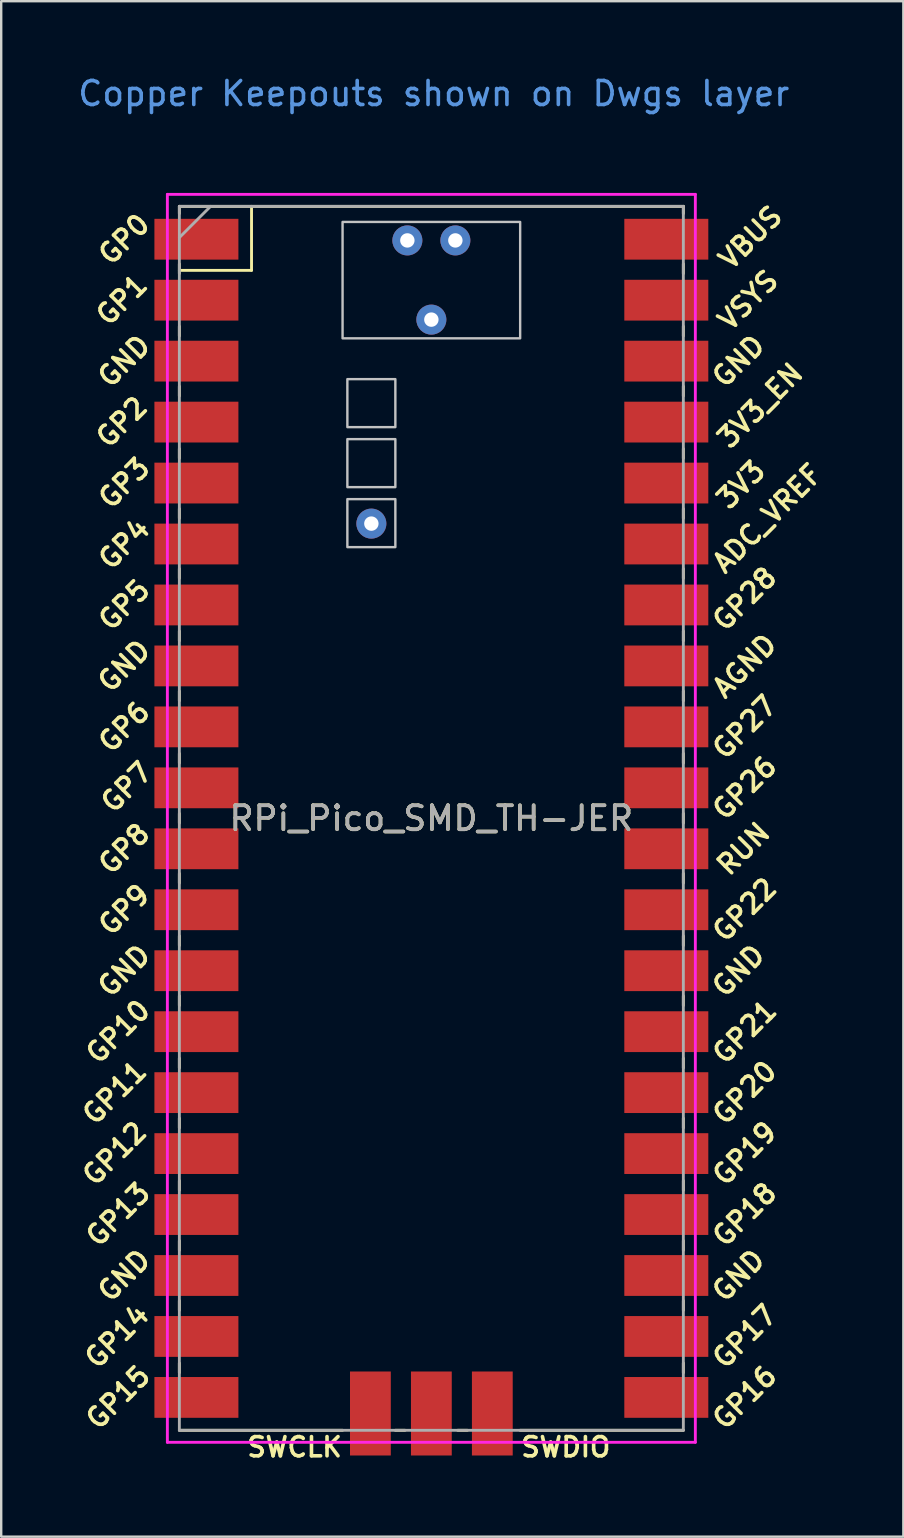
<source format=kicad_pcb>
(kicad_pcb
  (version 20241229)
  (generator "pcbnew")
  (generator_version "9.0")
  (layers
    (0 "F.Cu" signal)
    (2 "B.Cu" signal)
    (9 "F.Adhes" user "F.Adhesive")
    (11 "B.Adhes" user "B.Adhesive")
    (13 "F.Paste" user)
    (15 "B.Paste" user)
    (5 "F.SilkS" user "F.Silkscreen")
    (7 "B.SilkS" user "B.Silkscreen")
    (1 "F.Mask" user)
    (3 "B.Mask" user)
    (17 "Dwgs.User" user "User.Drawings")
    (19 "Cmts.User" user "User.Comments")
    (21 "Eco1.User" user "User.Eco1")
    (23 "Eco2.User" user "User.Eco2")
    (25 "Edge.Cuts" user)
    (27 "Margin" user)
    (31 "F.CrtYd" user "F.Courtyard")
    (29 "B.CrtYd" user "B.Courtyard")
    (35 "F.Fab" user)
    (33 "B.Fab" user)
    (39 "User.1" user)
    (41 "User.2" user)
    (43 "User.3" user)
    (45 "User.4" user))
  (footprint "RPi_Pico_SMD_TH-JER"
    (layer "F.Cu")
    (at 14.924 31.048)
    (property "Reference" "RPi_Pico_SMD_TH-JER" (at 0 0 0) (layer "F.SilkS") (effects (font (size 1 1) (thickness 0.15))))
    (attr through_hole)
    (fp_line (start -10.5 -25.5) (end -10.5 -25.2) (stroke (width 0.12) (type solid)) (layer "F.SilkS"))
    (fp_line (start -10.5 -25.5) (end 10.5 -25.5) (stroke (width 0.12) (type solid)) (layer "F.SilkS"))
    (fp_line (start -10.5 -23.1) (end -10.5 -22.7) (stroke (width 0.12) (type solid)) (layer "F.SilkS"))
    (fp_line (start -10.5 -22.833) (end -7.493 -22.833) (stroke (width 0.12) (type solid)) (layer "F.SilkS"))
    (fp_line (start -10.5 -20.5) (end -10.5 -20.1) (stroke (width 0.12) (type solid)) (layer "F.SilkS"))
    (fp_line (start -10.5 -18) (end -10.5 -17.6) (stroke (width 0.12) (type solid)) (layer "F.SilkS"))
    (fp_line (start -10.5 -15.4) (end -10.5 -15) (stroke (width 0.12) (type solid)) (layer "F.SilkS"))
    (fp_line (start -10.5 -12.9) (end -10.5 -12.5) (stroke (width 0.12) (type solid)) (layer "F.SilkS"))
    (fp_line (start -10.5 -10.4) (end -10.5 -10) (stroke (width 0.12) (type solid)) (layer "F.SilkS"))
    (fp_line (start -10.5 -7.8) (end -10.5 -7.4) (stroke (width 0.12) (type solid)) (layer "F.SilkS"))
    (fp_line (start -10.5 -5.3) (end -10.5 -4.9) (stroke (width 0.12) (type solid)) (layer "F.SilkS"))
    (fp_line (start -10.5 -2.7) (end -10.5 -2.3) (stroke (width 0.12) (type solid)) (layer "F.SilkS"))
    (fp_line (start -10.5 -0.2) (end -10.5 0.2) (stroke (width 0.12) (type solid)) (layer "F.SilkS"))
    (fp_line (start -10.5 2.3) (end -10.5 2.7) (stroke (width 0.12) (type solid)) (layer "F.SilkS"))
    (fp_line (start -10.5 4.9) (end -10.5 5.3) (stroke (width 0.12) (type solid)) (layer "F.SilkS"))
    (fp_line (start -10.5 7.4) (end -10.5 7.8) (stroke (width 0.12) (type solid)) (layer "F.SilkS"))
    (fp_line (start -10.5 10) (end -10.5 10.4) (stroke (width 0.12) (type solid)) (layer "F.SilkS"))
    (fp_line (start -10.5 12.5) (end -10.5 12.9) (stroke (width 0.12) (type solid)) (layer "F.SilkS"))
    (fp_line (start -10.5 15.1) (end -10.5 15.5) (stroke (width 0.12) (type solid)) (layer "F.SilkS"))
    (fp_line (start -10.5 17.6) (end -10.5 18) (stroke (width 0.12) (type solid)) (layer "F.SilkS"))
    (fp_line (start -10.5 20.1) (end -10.5 20.5) (stroke (width 0.12) (type solid)) (layer "F.SilkS"))
    (fp_line (start -10.5 22.7) (end -10.5 23.1) (stroke (width 0.12) (type solid)) (layer "F.SilkS"))
    (fp_line (start -7.493 -22.833) (end -7.493 -25.5) (stroke (width 0.12) (type solid)) (layer "F.SilkS"))
    (fp_line (start -3.7 25.5) (end -10.5 25.5) (stroke (width 0.12) (type solid)) (layer "F.SilkS"))
    (fp_line (start -1.5 25.5) (end -1.1 25.5) (stroke (width 0.12) (type solid)) (layer "F.SilkS"))
    (fp_line (start 1.1 25.5) (end 1.5 25.5) (stroke (width 0.12) (type solid)) (layer "F.SilkS"))
    (fp_line (start 10.5 -25.5) (end 10.5 -25.2) (stroke (width 0.12) (type solid)) (layer "F.SilkS"))
    (fp_line (start 10.5 -23.1) (end 10.5 -22.7) (stroke (width 0.12) (type solid)) (layer "F.SilkS"))
    (fp_line (start 10.5 -20.5) (end 10.5 -20.1) (stroke (width 0.12) (type solid)) (layer "F.SilkS"))
    (fp_line (start 10.5 -18) (end 10.5 -17.6) (stroke (width 0.12) (type solid)) (layer "F.SilkS"))
    (fp_line (start 10.5 -15.4) (end 10.5 -15) (stroke (width 0.12) (type solid)) (layer "F.SilkS"))
    (fp_line (start 10.5 -12.9) (end 10.5 -12.5) (stroke (width 0.12) (type solid)) (layer "F.SilkS"))
    (fp_line (start 10.5 -10.4) (end 10.5 -10) (stroke (width 0.12) (type solid)) (layer "F.SilkS"))
    (fp_line (start 10.5 -7.8) (end 10.5 -7.4) (stroke (width 0.12) (type solid)) (layer "F.SilkS"))
    (fp_line (start 10.5 -5.3) (end 10.5 -4.9) (stroke (width 0.12) (type solid)) (layer "F.SilkS"))
    (fp_line (start 10.5 -2.7) (end 10.5 -2.3) (stroke (width 0.12) (type solid)) (layer "F.SilkS"))
    (fp_line (start 10.5 -0.2) (end 10.5 0.2) (stroke (width 0.12) (type solid)) (layer "F.SilkS"))
    (fp_line (start 10.5 2.3) (end 10.5 2.7) (stroke (width 0.12) (type solid)) (layer "F.SilkS"))
    (fp_line (start 10.5 4.9) (end 10.5 5.3) (stroke (width 0.12) (type solid)) (layer "F.SilkS"))
    (fp_line (start 10.5 7.4) (end 10.5 7.8) (stroke (width 0.12) (type solid)) (layer "F.SilkS"))
    (fp_line (start 10.5 10) (end 10.5 10.4) (stroke (width 0.12) (type solid)) (layer "F.SilkS"))
    (fp_line (start 10.5 12.5) (end 10.5 12.9) (stroke (width 0.12) (type solid)) (layer "F.SilkS"))
    (fp_line (start 10.5 15.1) (end 10.5 15.5) (stroke (width 0.12) (type solid)) (layer "F.SilkS"))
    (fp_line (start 10.5 17.6) (end 10.5 18) (stroke (width 0.12) (type solid)) (layer "F.SilkS"))
    (fp_line (start 10.5 20.1) (end 10.5 20.5) (stroke (width 0.12) (type solid)) (layer "F.SilkS"))
    (fp_line (start 10.5 22.7) (end 10.5 23.1) (stroke (width 0.12) (type solid)) (layer "F.SilkS"))
    (fp_line (start 10.5 25.5) (end 3.7 25.5) (stroke (width 0.12) (type solid)) (layer "F.SilkS"))
    (fp_poly (pts (xy -1.5 -16.3) (xy -3.5 -16.3) (xy -3.5 -18.3) (xy -1.5 -18.3)) (stroke (width 0.1) (type solid)) (fill no) (layer "Dwgs.User"))
    (fp_poly (pts (xy -1.5 -13.8) (xy -3.5 -13.8) (xy -3.5 -15.8) (xy -1.5 -15.8)) (stroke (width 0.1) (type solid)) (fill no) (layer "Dwgs.User"))
    (fp_poly (pts (xy -1.5 -11.3) (xy -3.5 -11.3) (xy -3.5 -13.3) (xy -1.5 -13.3)) (stroke (width 0.1) (type solid)) (fill no) (layer "Dwgs.User"))
    (fp_poly (pts (xy 3.7 -20) (xy -3.7 -20) (xy -3.7 -24.85) (xy 3.7 -24.85)) (stroke (width 0.1) (type solid)) (fill no) (layer "Dwgs.User"))
    (fp_line (start -11 -26) (end 11 -26) (stroke (width 0.12) (type solid)) (layer "F.CrtYd"))
    (fp_line (start -11 26) (end -11 -26) (stroke (width 0.12) (type solid)) (layer "F.CrtYd"))
    (fp_line (start 11 -26) (end 11 26) (stroke (width 0.12) (type solid)) (layer "F.CrtYd"))
    (fp_line (start 11 26) (end -11 26) (stroke (width 0.12) (type solid)) (layer "F.CrtYd"))
    (fp_line (start -10.5 -25.5) (end 10.5 -25.5) (stroke (width 0.12) (type solid)) (layer "F.Fab"))
    (fp_line (start -10.5 -24.2) (end -9.2 -25.5) (stroke (width 0.12) (type solid)) (layer "F.Fab"))
    (fp_line (start -10.5 25.5) (end -10.5 -25.5) (stroke (width 0.12) (type solid)) (layer "F.Fab"))
    (fp_line (start 10.5 -25.5) (end 10.5 25.5) (stroke (width 0.12) (type solid)) (layer "F.Fab"))
    (fp_line (start 10.5 25.5) (end -10.5 25.5) (stroke (width 0.12) (type solid)) (layer "F.Fab"))
    (fp_text user "GP22" (at 13.054 3.81 45) (layer "F.SilkS") (effects (font (size 0.8 0.8) (thickness 0.15))))
    (fp_text user "GP28" (at 13.054 -9.144 45) (layer "F.SilkS") (effects (font (size 0.8 0.8) (thickness 0.15))))
    (fp_text user "GP2" (at -12.9 -16.51 45) (layer "F.SilkS") (effects (font (size 0.8 0.8) (thickness 0.15))))
    (fp_text user "SWCLK" (at -5.7 26.2 0) (layer "F.SilkS") (effects (font (size 0.8 0.8) (thickness 0.15))))
    (fp_text user "GP19" (at 13.054 13.97 45) (layer "F.SilkS") (effects (font (size 0.8 0.8) (thickness 0.15))))
    (fp_text user "ADC_VREF" (at 14 -12.5 45) (layer "F.SilkS") (effects (font (size 0.8 0.8) (thickness 0.15))))
    (fp_text user "GP1" (at -12.9 -21.6 45) (layer "F.SilkS") (effects (font (size 0.8 0.8) (thickness 0.15))))
    (fp_text user "GP12" (at -13.2 13.97 45) (layer "F.SilkS") (effects (font (size 0.8 0.8) (thickness 0.15))))
    (fp_text user "GP0" (at -12.8 -24.13 45) (layer "F.SilkS") (effects (font (size 0.8 0.8) (thickness 0.15))))
    (fp_text user "GND" (at -12.8 6.35 45) (layer "F.SilkS") (effects (font (size 0.8 0.8) (thickness 0.15))))
    (fp_text user "GP15" (at -13.054 24.13 45) (layer "F.SilkS") (effects (font (size 0.8 0.8) (thickness 0.15))))
    (fp_text user "GP3" (at -12.8 -13.97 45) (layer "F.SilkS") (effects (font (size 0.8 0.8) (thickness 0.15))))
    (fp_text user "RUN" (at 13 1.27 45) (layer "F.SilkS") (effects (font (size 0.8 0.8) (thickness 0.15))))
    (fp_text user "GP9" (at -12.8 3.81 45) (layer "F.SilkS") (effects (font (size 0.8 0.8) (thickness 0.15))))
    (fp_text user "3V3_EN" (at 13.7 -17.2 45) (layer "F.SilkS") (effects (font (size 0.8 0.8) (thickness 0.15))))
    (fp_text user "GND" (at -12.8 -19.05 45) (layer "F.SilkS") (effects (font (size 0.8 0.8) (thickness 0.15))))
    (fp_text user "GP10" (at -13.054 8.89 45) (layer "F.SilkS") (effects (font (size 0.8 0.8) (thickness 0.15))))
    (fp_text user "GP6" (at -12.8 -3.81 45) (layer "F.SilkS") (effects (font (size 0.8 0.8) (thickness 0.15))))
    (fp_text user "GND" (at 12.8 -19.05 45) (layer "F.SilkS") (effects (font (size 0.8 0.8) (thickness 0.15))))
    (fp_text user "GND" (at 12.8 19.05 45) (layer "F.SilkS") (effects (font (size 0.8 0.8) (thickness 0.15))))
    (fp_text user "GND" (at -12.8 -6.35 45) (layer "F.SilkS") (effects (font (size 0.8 0.8) (thickness 0.15))))
    (fp_text user "GP16" (at 13.054 24.13 45) (layer "F.SilkS") (effects (font (size 0.8 0.8) (thickness 0.15))))
    (fp_text user "GP13" (at -13.054 16.51 45) (layer "F.SilkS") (effects (font (size 0.8 0.8) (thickness 0.15))))
    (fp_text user "GND" (at -12.8 19.05 45) (layer "F.SilkS") (effects (font (size 0.8 0.8) (thickness 0.15))))
    (fp_text user "3V3" (at 12.9 -13.9 45) (layer "F.SilkS") (effects (font (size 0.8 0.8) (thickness 0.15))))
    (fp_text user "GP18" (at 13.054 16.51 45) (layer "F.SilkS") (effects (font (size 0.8 0.8) (thickness 0.15))))
    (fp_text user "VBUS" (at 13.3 -24.2 45) (layer "F.SilkS") (effects (font (size 0.8 0.8) (thickness 0.15))))
    (fp_text user "GP8" (at -12.8 1.27 45) (layer "F.SilkS") (effects (font (size 0.8 0.8) (thickness 0.15))))
    (fp_text user "GP5" (at -12.8 -8.89 45) (layer "F.SilkS") (effects (font (size 0.8 0.8) (thickness 0.15))))
    (fp_text user "GP26" (at 13.054 -1.27 45) (layer "F.SilkS") (effects (font (size 0.8 0.8) (thickness 0.15))))
    (fp_text user "GP7" (at -12.7 -1.3 45) (layer "F.SilkS") (effects (font (size 0.8 0.8) (thickness 0.15))))
    (fp_text user "VSYS" (at 13.2 -21.59 45) (layer "F.SilkS") (effects (font (size 0.8 0.8) (thickness 0.15))))
    (fp_text user "AGND" (at 13.054 -6.35 45) (layer "F.SilkS") (effects (font (size 0.8 0.8) (thickness 0.15))))
    (fp_text user "GP20" (at 13.054 11.43 45) (layer "F.SilkS") (effects (font (size 0.8 0.8) (thickness 0.15))))
    (fp_text user "GP21" (at 13.054 8.9 45) (layer "F.SilkS") (effects (font (size 0.8 0.8) (thickness 0.15))))
    (fp_text user "GP4" (at -12.8 -11.43 45) (layer "F.SilkS") (effects (font (size 0.8 0.8) (thickness 0.15))))
    (fp_text user "GP11" (at -13.2 11.43 45) (layer "F.SilkS") (effects (font (size 0.8 0.8) (thickness 0.15))))
    (fp_text user "GP27" (at 13.054 -3.8 45) (layer "F.SilkS") (effects (font (size 0.8 0.8) (thickness 0.15))))
    (fp_text user "GP17" (at 13.054 21.59 45) (layer "F.SilkS") (effects (font (size 0.8 0.8) (thickness 0.15))))
    (fp_text user "GND" (at 12.8 6.35 45) (layer "F.SilkS") (effects (font (size 0.8 0.8) (thickness 0.15))))
    (fp_text user "GP14" (at -13.1 21.59 45) (layer "F.SilkS") (effects (font (size 0.8 0.8) (thickness 0.15))))
    (fp_text user "SWDIO" (at 5.6 26.2 0) (layer "F.SilkS") (effects (font (size 0.8 0.8) (thickness 0.15))))
    (fp_text user "Copper Keepouts shown on Dwgs layer" (at 0.1 -30.2 0) (layer "Cmts.User") (effects (font (size 1 1) (thickness 0.15))))
    (fp_text user "${REFERENCE}" (at 0 0 180) (layer "F.Fab") (effects (font (size 1 1) (thickness 0.15))))
    (pad "1" smd rect (at -8.89 -24.13) (size 3.5 1.7) (drill (offset -0.9 0)) (layers "F.Cu" "F.Mask"))
    (pad "2" smd rect (at -8.89 -21.59) (size 3.5 1.7) (drill (offset -0.9 0)) (layers "F.Cu" "F.Mask"))
    (pad "3" smd rect (at -8.89 -19.05) (size 3.5 1.7) (drill (offset -0.9 0)) (layers "F.Cu" "F.Mask"))
    (pad "4" smd rect (at -8.89 -16.51) (size 3.5 1.7) (drill (offset -0.9 0)) (layers "F.Cu" "F.Mask"))
    (pad "5" smd rect (at -8.89 -13.97) (size 3.5 1.7) (drill (offset -0.9 0)) (layers "F.Cu" "F.Mask"))
    (pad "6" smd rect (at -8.89 -11.43) (size 3.5 1.7) (drill (offset -0.9 0)) (layers "F.Cu" "F.Mask"))
    (pad "7" smd rect (at -8.89 -8.89) (size 3.5 1.7) (drill (offset -0.9 0)) (layers "F.Cu" "F.Mask"))
    (pad "8" smd rect (at -8.89 -6.35) (size 3.5 1.7) (drill (offset -0.9 0)) (layers "F.Cu" "F.Mask"))
    (pad "9" smd rect (at -8.89 -3.81) (size 3.5 1.7) (drill (offset -0.9 0)) (layers "F.Cu" "F.Mask"))
    (pad "10" smd rect (at -8.89 -1.27) (size 3.5 1.7) (drill (offset -0.9 0)) (layers "F.Cu" "F.Mask"))
    (pad "11" smd rect (at -8.89 1.27) (size 3.5 1.7) (drill (offset -0.9 0)) (layers "F.Cu" "F.Mask"))
    (pad "12" smd rect (at -8.89 3.81) (size 3.5 1.7) (drill (offset -0.9 0)) (layers "F.Cu" "F.Mask"))
    (pad "13" smd rect (at -8.89 6.35) (size 3.5 1.7) (drill (offset -0.9 0)) (layers "F.Cu" "F.Mask"))
    (pad "14" smd rect (at -8.89 8.89) (size 3.5 1.7) (drill (offset -0.9 0)) (layers "F.Cu" "F.Mask"))
    (pad "15" smd rect (at -8.89 11.43) (size 3.5 1.7) (drill (offset -0.9 0)) (layers "F.Cu" "F.Mask"))
    (pad "16" smd rect (at -8.89 13.97) (size 3.5 1.7) (drill (offset -0.9 0)) (layers "F.Cu" "F.Mask"))
    (pad "17" smd rect (at -8.89 16.51) (size 3.5 1.7) (drill (offset -0.9 0)) (layers "F.Cu" "F.Mask"))
    (pad "18" smd rect (at -8.89 19.05) (size 3.5 1.7) (drill (offset -0.9 0)) (layers "F.Cu" "F.Mask"))
    (pad "19" smd rect (at -8.89 21.59) (size 3.5 1.7) (drill (offset -0.9 0)) (layers "F.Cu" "F.Mask"))
    (pad "20" smd rect (at -8.89 24.13) (size 3.5 1.7) (drill (offset -0.9 0)) (layers "F.Cu" "F.Mask"))
    (pad "21" smd rect (at 8.89 24.13) (size 3.5 1.7) (drill (offset 0.9 0)) (layers "F.Cu" "F.Mask"))
    (pad "22" smd rect (at 8.89 21.59) (size 3.5 1.7) (drill (offset 0.9 0)) (layers "F.Cu" "F.Mask"))
    (pad "23" smd rect (at 8.89 19.05) (size 3.5 1.7) (drill (offset 0.9 0)) (layers "F.Cu" "F.Mask"))
    (pad "24" smd rect (at 8.89 16.51) (size 3.5 1.7) (drill (offset 0.9 0)) (layers "F.Cu" "F.Mask"))
    (pad "25" smd rect (at 8.89 13.97) (size 3.5 1.7) (drill (offset 0.9 0)) (layers "F.Cu" "F.Mask"))
    (pad "26" smd rect (at 8.89 11.43) (size 3.5 1.7) (drill (offset 0.9 0)) (layers "F.Cu" "F.Mask"))
    (pad "27" smd rect (at 8.89 8.89) (size 3.5 1.7) (drill (offset 0.9 0)) (layers "F.Cu" "F.Mask"))
    (pad "28" smd rect (at 8.89 6.35) (size 3.5 1.7) (drill (offset 0.9 0)) (layers "F.Cu" "F.Mask"))
    (pad "29" smd rect (at 8.89 3.81) (size 3.5 1.7) (drill (offset 0.9 0)) (layers "F.Cu" "F.Mask"))
    (pad "30" smd rect (at 8.89 1.27) (size 3.5 1.7) (drill (offset 0.9 0)) (layers "F.Cu" "F.Mask"))
    (pad "31" smd rect (at 8.89 -1.27) (size 3.5 1.7) (drill (offset 0.9 0)) (layers "F.Cu" "F.Mask"))
    (pad "32" smd rect (at 8.89 -3.81) (size 3.5 1.7) (drill (offset 0.9 0)) (layers "F.Cu" "F.Mask"))
    (pad "33" smd rect (at 8.89 -6.35) (size 3.5 1.7) (drill (offset 0.9 0)) (layers "F.Cu" "F.Mask"))
    (pad "34" smd rect (at 8.89 -8.89) (size 3.5 1.7) (drill (offset 0.9 0)) (layers "F.Cu" "F.Mask"))
    (pad "35" smd rect (at 8.89 -11.43) (size 3.5 1.7) (drill (offset 0.9 0)) (layers "F.Cu" "F.Mask"))
    (pad "36" smd rect (at 8.89 -13.97) (size 3.5 1.7) (drill (offset 0.9 0)) (layers "F.Cu" "F.Mask"))
    (pad "37" smd rect (at 8.89 -16.51) (size 3.5 1.7) (drill (offset 0.9 0)) (layers "F.Cu" "F.Mask"))
    (pad "38" smd rect (at 8.89 -19.05) (size 3.5 1.7) (drill (offset 0.9 0)) (layers "F.Cu" "F.Mask"))
    (pad "39" smd rect (at 8.89 -21.59) (size 3.5 1.7) (drill (offset 0.9 0)) (layers "F.Cu" "F.Mask"))
    (pad "40" smd rect (at 8.89 -24.13) (size 3.5 1.7) (drill (offset 0.9 0)) (layers "F.Cu" "F.Mask"))
    (pad "41" smd rect (at -2.54 23.9 90) (size 3.5 1.7) (drill (offset -0.9 0)) (layers "F.Cu" "F.Mask"))
    (pad "42" smd rect (at 0 23.9 90) (size 3.5 1.7) (drill (offset -0.9 0)) (layers "F.Cu" "F.Mask"))
    (pad "43" smd rect (at 2.54 23.9 90) (size 3.5 1.7) (drill (offset -0.9 0)) (layers "F.Cu" "F.Mask"))
    (pad "44" thru_hole circle (at 0 -20.78) (size 1.25 1.25) (drill 0.6) (layers "*.Cu" "*.Mask"))
    (pad "45" thru_hole circle (at -1 -24.08) (size 1.25 1.25) (drill 0.6) (layers "*.Cu" "*.Mask"))
    (pad "46" thru_hole circle (at 1 -24.08) (size 1.25 1.25) (drill 0.6) (layers "*.Cu" "*.Mask"))
    (pad "47" thru_hole circle (at -2.5 -12.28) (size 1.25 1.25) (drill 0.6) (layers "*.Cu" "*.Mask")))
  (gr_rect
    (start -3 -3)
    (end 34.591 60.98)
    (stroke (width 0.1) (type default))
    (fill no)
    (layer "Edge.Cuts")))
</source>
